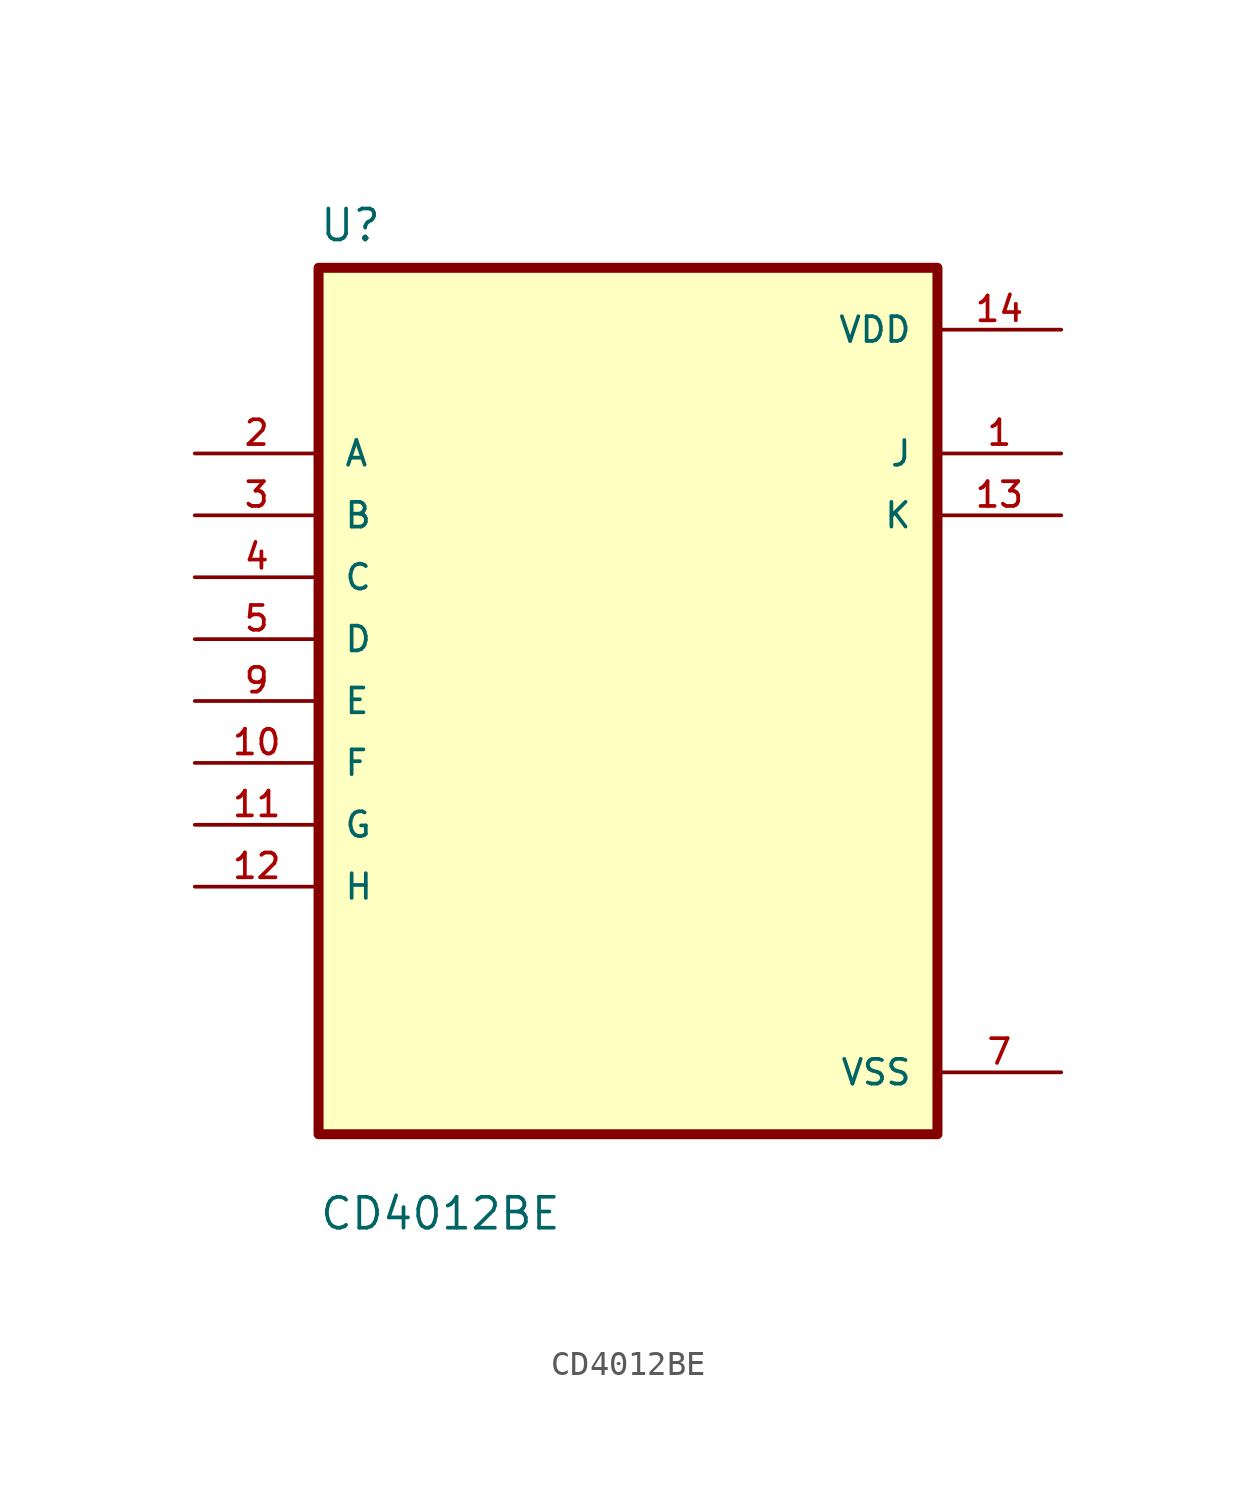
<source format=kicad_sym>
(kicad_symbol_lib
  (version 20211014)
  (generator kicad_symbol_editor)
  (symbol "CD4012BE"
    (pin_names
      (offset 1.016))
    (property "Reference" "U"
      (at -12.7 18.78 0.0)
      (effects (font (size 1.27 1.27)) (justify bottom left)))
    (property "Value" "CD4012BE"
      (at -12.7 -21.78 0.0)
      (effects (font (size 1.27 1.27)) (justify bottom left)))
    (symbol "CD4012BE_0_0"
      (rectangle (start -12.7 -17.78) (end 12.7 17.78) (stroke (width 0.41)) (fill (type background)))
      (pin input line (at -17.78 10.16 0) (length 5.08) (name "A" (effects (font (size 1.016 1.016)))) (number "2" (effects (font (size 1.016 1.016)))))
      (pin input line (at -17.78 7.62 0) (length 5.08) (name "B" (effects (font (size 1.016 1.016)))) (number "3" (effects (font (size 1.016 1.016)))))
      (pin input line (at -17.78 5.08 0) (length 5.08) (name "C" (effects (font (size 1.016 1.016)))) (number "4" (effects (font (size 1.016 1.016)))))
      (pin input line (at -17.78 2.54 0) (length 5.08) (name "D" (effects (font (size 1.016 1.016)))) (number "5" (effects (font (size 1.016 1.016)))))
      (pin input line (at -17.78 0.0 0) (length 5.08) (name "E" (effects (font (size 1.016 1.016)))) (number "9" (effects (font (size 1.016 1.016)))))
      (pin input line (at -17.78 -2.54 0) (length 5.08) (name "F" (effects (font (size 1.016 1.016)))) (number "10" (effects (font (size 1.016 1.016)))))
      (pin input line (at -17.78 -5.08 0) (length 5.08) (name "G" (effects (font (size 1.016 1.016)))) (number "11" (effects (font (size 1.016 1.016)))))
      (pin input line (at -17.78 -7.62 0) (length 5.08) (name "H" (effects (font (size 1.016 1.016)))) (number "12" (effects (font (size 1.016 1.016)))))
      (pin power_in line (at 17.78 15.24 180.0) (length 5.08) (name "VDD" (effects (font (size 1.016 1.016)))) (number "14" (effects (font (size 1.016 1.016)))))
      (pin output line (at 17.78 10.16 180.0) (length 5.08) (name "J" (effects (font (size 1.016 1.016)))) (number "1" (effects (font (size 1.016 1.016)))))
      (pin output line (at 17.78 7.62 180.0) (length 5.08) (name "K" (effects (font (size 1.016 1.016)))) (number "13" (effects (font (size 1.016 1.016)))))
      (pin power_in line (at 17.78 -15.24 180.0) (length 5.08) (name "VSS" (effects (font (size 1.016 1.016)))) (number "7" (effects (font (size 1.016 1.016))))))))
</source>
